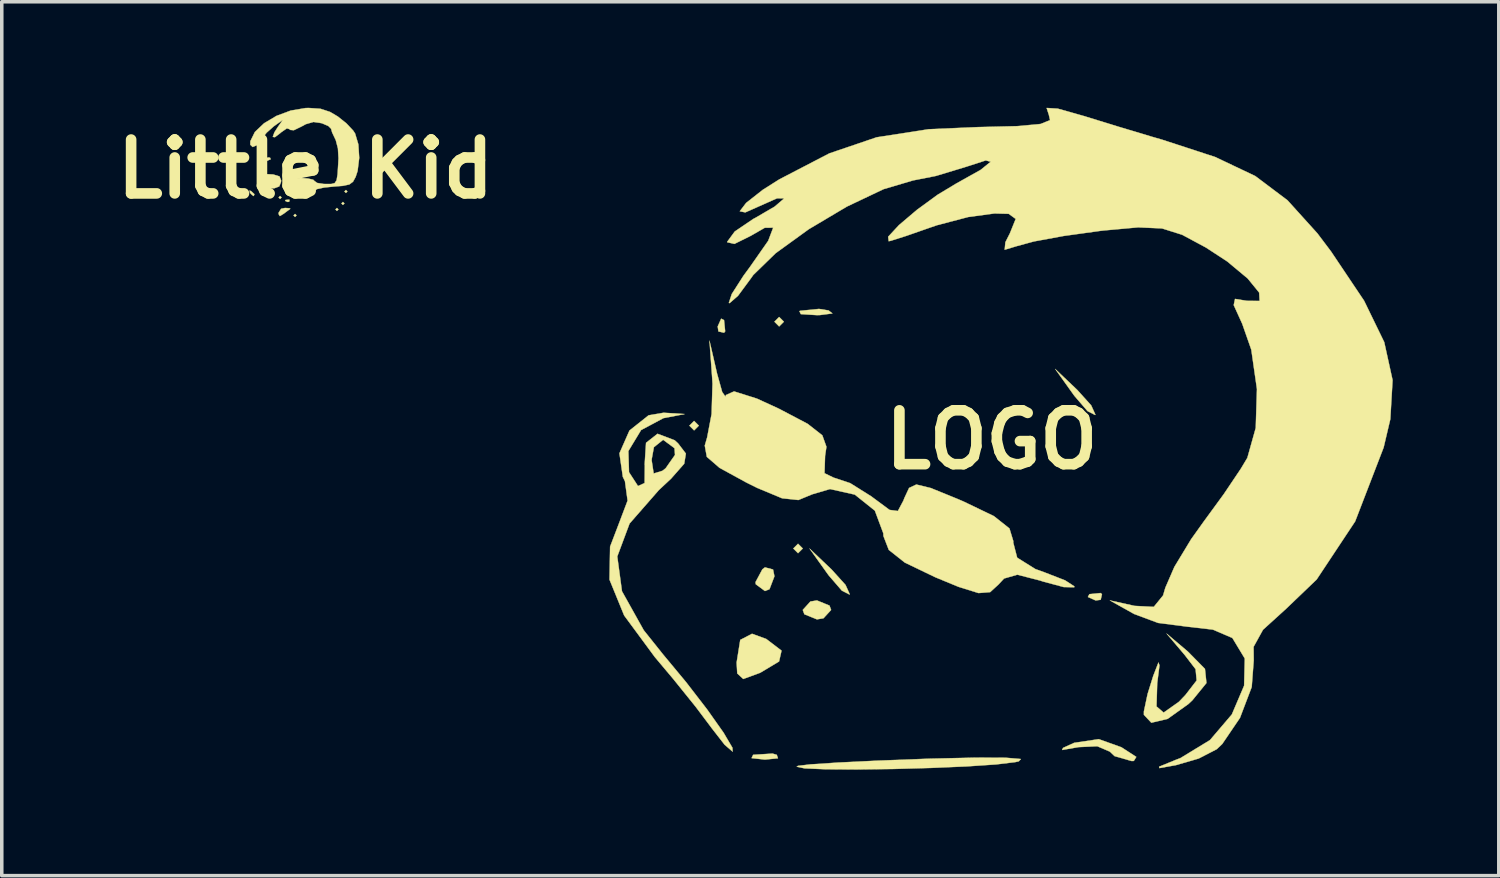
<source format=kicad_pcb>
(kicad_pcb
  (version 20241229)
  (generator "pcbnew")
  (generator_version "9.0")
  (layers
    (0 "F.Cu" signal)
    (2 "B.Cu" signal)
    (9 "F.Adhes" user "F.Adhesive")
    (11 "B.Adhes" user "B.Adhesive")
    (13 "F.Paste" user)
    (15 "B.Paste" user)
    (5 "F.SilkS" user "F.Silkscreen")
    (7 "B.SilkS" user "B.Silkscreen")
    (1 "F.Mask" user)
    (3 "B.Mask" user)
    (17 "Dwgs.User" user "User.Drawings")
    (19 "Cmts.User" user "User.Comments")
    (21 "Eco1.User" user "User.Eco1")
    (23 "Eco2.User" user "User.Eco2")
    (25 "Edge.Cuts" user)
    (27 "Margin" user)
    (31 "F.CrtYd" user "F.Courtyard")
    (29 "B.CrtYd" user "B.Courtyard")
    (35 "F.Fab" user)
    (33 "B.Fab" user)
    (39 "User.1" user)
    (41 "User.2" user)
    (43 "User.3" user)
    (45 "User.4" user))
  (footprint "Little Kid"
    (layer "F.Cu")
    (at 5.595 1.733)
    (property "Reference" "Little Kid" (at 0 0 0) (layer "F.SilkS") (effects (font (size 1.524 1.524) (thickness 0.3))))
    (attr through_hole)
    (fp_poly (pts (xy -0.677 0.804) (xy -0.72 0.847) (xy -0.762 0.804) (xy -0.72 0.762) (xy -0.677 0.804)) (stroke (width 0.01) (type solid)) (fill yes) (layer "F.SilkS"))
    (fp_poly (pts (xy -0.254 1.312) (xy -0.296 1.355) (xy -0.339 1.312) (xy -0.296 1.27) (xy -0.254 1.312)) (stroke (width 0.01) (type solid)) (fill yes) (layer "F.SilkS"))
    (fp_poly (pts (xy 0.931 1.143) (xy 0.889 1.185) (xy 0.847 1.143) (xy 0.889 1.101) (xy 0.931 1.143)) (stroke (width 0.01) (type solid)) (fill yes) (layer "F.SilkS"))
    (fp_poly (pts (xy 1.101 0.974) (xy 1.058 1.016) (xy 1.016 0.974) (xy 1.058 0.931) (xy 1.101 0.974)) (stroke (width 0.01) (type solid)) (fill yes) (layer "F.SilkS"))
    (fp_poly (pts (xy 1.185 0.635) (xy 1.143 0.677) (xy 1.101 0.635) (xy 1.143 0.593) (xy 1.185 0.635)) (stroke (width 0.01) (type solid)) (fill yes) (layer "F.SilkS"))
    (fp_poly (pts (xy -0.452 0.875) (xy -0.463 0.925) (xy -0.508 0.931) (xy -0.578 0.9) (xy -0.564 0.875) (xy -0.464 0.865) (xy -0.452 0.875)) (stroke (width 0.01) (type solid)) (fill yes) (layer "F.SilkS"))
    (fp_poly (pts (xy -1.537 0.627) (xy -1.446 0.712) (xy -1.465 0.761) (xy -1.477 0.762) (xy -1.548 0.702) (xy -1.574 0.664) (xy -1.584 0.606) (xy -1.537 0.627)) (stroke (width 0.01) (type solid)) (fill yes) (layer "F.SilkS"))
    (fp_poly (pts (xy -1.004 -0.321) (xy -0.985 -0.277) (xy -1.094 -0.231) (xy -1.225 -0.212) (xy -1.209 -0.264) (xy -1.205 -0.268) (xy -1.059 -0.328) (xy -1.004 -0.321)) (stroke (width 0.01) (type solid)) (fill yes) (layer "F.SilkS"))
    (fp_poly (pts (xy -0.449 1.11) (xy -0.43 1.125) (xy -0.519 1.19) (xy -0.614 1.262) (xy -0.727 1.331) (xy -0.761 1.275) (xy -0.762 1.238) (xy -0.691 1.124) (xy -0.579 1.101) (xy -0.449 1.11)) (stroke (width 0.01) (type solid)) (fill yes) (layer "F.SilkS"))
    (fp_poly (pts (xy 0.178 -0.193) (xy 0.254 -0.127) (xy 0.325 -0.033) (xy 0.3 -0.022) (xy 0.156 -0.094) (xy 0.085 -0.134) (xy -0.038 -0.22) (xy -0.002 -0.252) (xy 0.011 -0.253) (xy 0.178 -0.193)) (stroke (width 0.01) (type solid)) (fill yes) (layer "F.SilkS"))
    (fp_poly (pts (xy -0.919 0.153) (xy -0.913 0.154) (xy -0.737 0.208) (xy -0.69 0.321) (xy -0.694 0.37) (xy -0.744 0.492) (xy -0.878 0.543) (xy -1.037 0.55) (xy -1.248 0.535) (xy -1.339 0.472) (xy -1.355 0.367) (xy -1.316 0.206) (xy -1.181 0.14) (xy -0.919 0.153)) (stroke (width 0.01) (type solid)) (fill yes) (layer "F.SilkS"))
    (fp_poly (pts (xy 0.424 -1.705) (xy 0.694 -1.616) (xy 0.916 -1.485) (xy 1.155 -1.294) (xy 1.347 -1.09) (xy 1.403 -1.005) (xy 1.495 -0.696) (xy 1.519 -0.315) (xy 1.473 0.056) (xy 1.418 0.223) (xy 1.343 0.36) (xy 1.238 0.437) (xy 1.054 0.476) (xy 0.804 0.495) (xy 0.531 0.523) (xy 0.335 0.564) (xy 0.268 0.601) (xy 0.174 0.65) (xy -0.025 0.676) (xy -0.082 0.677) (xy -0.312 0.655) (xy -0.423 0.572) (xy -0.447 0.513) (xy -0.461 0.357) (xy -0.442 0.301) (xy -0.327 0.263) (xy -0.134 0.253) (xy 0.071 0.268) (xy 0.22 0.304) (xy 0.254 0.339) (xy 0.329 0.393) (xy 0.514 0.422) (xy 0.572 0.423) (xy 0.728 0.423) (xy 0.825 0.398) (xy 0.879 0.317) (xy 0.907 0.146) (xy 0.925 -0.147) (xy 0.933 -0.305) (xy 0.917 -0.582) (xy 0.855 -0.821) (xy 0.838 -0.855) (xy 0.753 -1.034) (xy 0.723 -1.14) (xy 0.648 -1.216) (xy 0.47 -1.293) (xy 0.449 -1.299) (xy 0.222 -1.332) (xy 0.006 -1.269) (xy -0.117 -1.202) (xy -0.332 -1.098) (xy -0.438 -1.108) (xy -0.449 -1.128) (xy -0.528 -1.151) (xy -0.689 -1.04) (xy -0.708 -1.022) (xy -0.867 -0.901) (xy -0.926 -0.91) (xy -0.881 -1.037) (xy -0.787 -1.185) (xy -0.642 -1.391) (xy -0.896 -1.211) (xy -1.101 -1.029) (xy -1.253 -0.835) (xy -1.259 -0.826) (xy -1.38 -0.672) (xy -1.496 -0.624) (xy -1.563 -0.688) (xy -1.561 -0.788) (xy -1.433 -1.048) (xy -1.174 -1.294) (xy -0.824 -1.503) (xy -0.419 -1.654) (xy -0.000481 -1.725) (xy 0.085 -1.728) (xy 0.424 -1.705)) (stroke (width 0.01) (type solid)) (fill yes) (layer "F.SilkS")))
  (footprint "LOGO"
    (layer "F.Cu")
    (at 25.012 9.395)
    (property "Reference" "LOGO" (at 0 0 0) (layer "F.SilkS") (effects (font (size 1.524 1.524) (thickness 0.3))))
    (attr through_hole)
    (fp_poly (pts (xy -8.288 -0.401) (xy -8.422 -0.267) (xy -8.556 -0.401) (xy -8.422 -0.535) (xy -8.288 -0.401)) (stroke (width 0.01) (type solid)) (fill yes) (layer "F.SilkS"))
    (fp_poly (pts (xy -5.882 -3.342) (xy -6.016 -3.208) (xy -6.149 -3.342) (xy -6.016 -3.476) (xy -5.882 -3.342)) (stroke (width 0.01) (type solid)) (fill yes) (layer "F.SilkS"))
    (fp_poly (pts (xy -5.347 3.075) (xy -5.481 3.208) (xy -5.615 3.075) (xy -5.481 2.941) (xy -5.347 3.075)) (stroke (width 0.01) (type solid)) (fill yes) (layer "F.SilkS"))
    (fp_poly (pts (xy -7.575 -3.387) (xy -7.543 -3.069) (xy -7.575 -3.03) (xy -7.734 -3.067) (xy -7.754 -3.208) (xy -7.656 -3.428) (xy -7.575 -3.387)) (stroke (width 0.01) (type solid)) (fill yes) (layer "F.SilkS"))
    (fp_poly (pts (xy -6.083 8.913) (xy -6.049 9.011) (xy -6.417 9.048) (xy -6.796 9.006) (xy -6.751 8.913) (xy -6.204 8.878) (xy -6.083 8.913)) (stroke (width 0.01) (type solid)) (fill yes) (layer "F.SilkS"))
    (fp_poly (pts (xy 3.119 4.367) (xy 3.083 4.526) (xy 2.941 4.545) (xy 2.721 4.447) (xy 2.763 4.367) (xy 3.08 4.335) (xy 3.119 4.367)) (stroke (width 0.01) (type solid)) (fill yes) (layer "F.SilkS"))
    (fp_poly (pts (xy -6.188 3.67) (xy -6.149 3.861) (xy -6.289 4.227) (xy -6.417 4.278) (xy -6.677 4.086) (xy -6.684 4.026) (xy -6.49 3.664) (xy -6.417 3.609) (xy -6.188 3.67)) (stroke (width 0.01) (type solid)) (fill yes) (layer "F.SilkS"))
    (fp_poly (pts (xy -4.617 -3.661) (xy -4.508 -3.576) (xy -4.863 -3.53) (xy -4.946 -3.528) (xy -5.403 -3.557) (xy -5.443 -3.641) (xy -5.419 -3.651) (xy -4.889 -3.704) (xy -4.617 -3.661)) (stroke (width 0.01) (type solid)) (fill yes) (layer "F.SilkS"))
    (fp_poly (pts (xy -4.591 4.69) (xy -4.545 4.813) (xy -4.762 5.05) (xy -4.946 5.08) (xy -5.302 4.936) (xy -5.347 4.813) (xy -5.131 4.575) (xy -4.946 4.545) (xy -4.591 4.69)) (stroke (width 0.01) (type solid)) (fill yes) (layer "F.SilkS"))
    (fp_poly (pts (xy -4.532 3.669) (xy -4.137 4.106) (xy -4.019 4.368) (xy -4.025 4.378) (xy -4.241 4.267) (xy -4.609 3.841) (xy -4.651 3.784) (xy -5.157 3.075) (xy -4.532 3.669)) (stroke (width 0.01) (type solid)) (fill yes) (layer "F.SilkS"))
    (fp_poly (pts (xy 2.42 -1.411) (xy 2.814 -0.974) (xy 2.933 -0.712) (xy 2.926 -0.702) (xy 2.71 -0.813) (xy 2.343 -1.239) (xy 2.301 -1.296) (xy 1.795 -2.005) (xy 2.42 -1.411)) (stroke (width 0.01) (type solid)) (fill yes) (layer "F.SilkS"))
    (fp_poly (pts (xy -6.382 5.634) (xy -5.948 5.965) (xy -6.018 6.272) (xy -6.553 6.592) (xy -7.031 6.767) (xy -7.201 6.61) (xy -7.219 6.303) (xy -7.116 5.661) (xy -6.783 5.488) (xy -6.382 5.634)) (stroke (width 0.01) (type solid)) (fill yes) (layer "F.SilkS"))
    (fp_poly (pts (xy 3.668 8.699) (xy 4.09 8.972) (xy 4.02 9.086) (xy 3.959 9.089) (xy 3.476 8.95) (xy 3.341 8.822) (xy 2.986 8.67) (xy 2.457 8.695) (xy 1.99 8.776) (xy 2.018 8.717) (xy 2.331 8.574) (xy 3.028 8.47) (xy 3.668 8.699)) (stroke (width 0.01) (type solid)) (fill yes) (layer "F.SilkS"))
    (fp_poly (pts (xy 0.4 8.996) (xy 0.825 9.032) (xy 0.765 9.097) (xy 0.668 9.119) (xy 0.123 9.185) (xy -0.71 9.241) (xy -1.72 9.284) (xy -2.795 9.314) (xy -3.823 9.327) (xy -4.695 9.322) (xy -5.297 9.296) (xy -5.52 9.249) (xy -5.481 9.225) (xy -5.126 9.183) (xy -4.346 9.132) (xy -3.25 9.079) (xy -1.95 9.029) (xy -1.738 9.022) (xy -0.467 8.993) (xy 0.4 8.996)) (stroke (width 0.01) (type solid)) (fill yes) (layer "F.SilkS"))
    (fp_poly (pts (xy 5.548 5.99) (xy 6.033 6.482) (xy 6.075 6.881) (xy 5.676 7.371) (xy 5.564 7.476) (xy 4.976 7.896) (xy 4.516 8.005) (xy 4.305 7.78) (xy 4.305 7.687) (xy 4.41 7.191) (xy 4.568 6.684) (xy 4.717 6.3) (xy 4.746 6.382) (xy 4.682 6.885) (xy 4.662 7.544) (xy 4.864 7.718) (xy 5.298 7.411) (xy 5.481 7.219) (xy 5.798 6.809) (xy 5.768 6.489) (xy 5.456 6.083) (xy 4.946 5.481) (xy 5.548 5.99)) (stroke (width 0.01) (type solid)) (fill yes) (layer "F.SilkS"))
    (fp_poly (pts (xy -8.689 -0.729) (xy -9.292 -0.613) (xy -9.922 -0.277) (xy -10.282 0.318) (xy -10.264 0.916) (xy -10.01 1.308) (xy -9.822 1.223) (xy -9.817 0.721) (xy -9.821 0.7) (xy -9.813 0.567) (xy -9.625 0.567) (xy -9.566 0.953) (xy -9.317 0.876) (xy -9.227 0.805) (xy -8.963 0.428) (xy -8.976 0.237) (xy -9.298 -0.001) (xy -9.56 0.209) (xy -9.625 0.567) (xy -9.813 0.567) (xy -9.782 0.085) (xy -9.457 -0.171) (xy -8.972 0.012) (xy -8.876 0.1) (xy -8.655 0.389) (xy -8.702 0.676) (xy -9.073 1.098) (xy -9.42 1.422) (xy -10.248 2.369) (xy -10.596 3.301) (xy -10.463 4.285) (xy -9.847 5.388) (xy -9.303 6.069) (xy -8.648 6.858) (xy -8.051 7.632) (xy -7.589 8.286) (xy -7.337 8.714) (xy -7.332 8.823) (xy -7.558 8.628) (xy -7.926 8.155) (xy -7.942 8.133) (xy -8.378 7.553) (xy -9.011 6.768) (xy -9.533 6.147) (xy -10.401 4.97) (xy -10.816 3.955) (xy -10.799 3.022) (xy -10.57 2.423) (xy -10.304 1.72) (xy -10.379 1.17) (xy -10.438 1.049) (xy -10.535 0.382) (xy -10.251 -0.263) (xy -9.71 -0.693) (xy -9.285 -0.766) (xy -8.689 -0.729)) (stroke (width 0.01) (type solid)) (fill yes) (layer "F.SilkS"))
    (fp_poly (pts (xy -7.772 -1.872) (xy -7.627 -1.352) (xy -7.533 -1.22) (xy -7.522 -1.267) (xy -7.291 -1.37) (xy -6.645 -1.166) (xy -6.024 -0.881) (xy -5.21 -0.453) (xy -4.794 -0.127) (xy -4.678 0.197) (xy -4.716 0.453) (xy -4.732 0.945) (xy -4.477 1.069) (xy -4.005 1.226) (xy -3.404 1.603) (xy -3.377 1.624) (xy -2.892 1.983) (xy -2.656 2.014) (xy -2.5 1.721) (xy -2.472 1.647) (xy -2.339 1.362) (xy -2.134 1.265) (xy -1.726 1.364) (xy -0.982 1.667) (xy -0.802 1.744) (xy 0.061 2.159) (xy 0.501 2.508) (xy 0.611 2.869) (xy 0.608 2.906) (xy 0.719 3.335) (xy 1.234 3.657) (xy 1.495 3.751) (xy 2.076 3.977) (xy 2.337 4.146) (xy 2.334 4.172) (xy 2.036 4.166) (xy 1.45 4.009) (xy 1.366 3.981) (xy 0.725 3.816) (xy 0.349 3.924) (xy 0.186 4.098) (xy -0.046 4.31) (xy -0.375 4.336) (xy -0.942 4.159) (xy -1.598 3.888) (xy -2.459 3.474) (xy -2.913 3.115) (xy -3.065 2.721) (xy -3.068 2.645) (xy -3.307 2.004) (xy -3.875 1.55) (xy -4.576 1.393) (xy -5.079 1.541) (xy -5.471 1.703) (xy -5.932 1.654) (xy -6.629 1.364) (xy -6.947 1.206) (xy -7.702 0.793) (xy -8.062 0.482) (xy -8.12 0.163) (xy -8.053 -0.068) (xy -7.927 -0.73) (xy -7.901 -1.586) (xy -7.91 -1.738) (xy -7.987 -2.807) (xy -7.772 -1.872)) (stroke (width 0.01) (type solid)) (fill yes) (layer "F.SilkS"))
    (fp_poly (pts (xy 1.867 -9.371) (xy 2.599 -9.164) (xy 3.583 -8.861) (xy 4.532 -8.576) (xy 4.813 -8.495) (xy 6.323 -8.002) (xy 7.456 -7.464) (xy 8.368 -6.778) (xy 9.215 -5.841) (xy 9.598 -5.333) (xy 10.536 -3.935) (xy 11.106 -2.763) (xy 11.342 -1.689) (xy 11.278 -0.586) (xy 11.089 0.216) (xy 10.283 2.308) (xy 9.194 3.951) (xy 8.328 4.781) (xy 7.675 5.374) (xy 7.409 5.857) (xy 7.413 6.243) (xy 7.356 6.994) (xy 7.024 7.867) (xy 6.523 8.605) (xy 6.366 8.754) (xy 5.854 9.018) (xy 5.212 9.205) (xy 4.743 9.289) (xy 4.736 9.249) (xy 5.209 9.055) (xy 5.34 9.005) (xy 6.175 8.496) (xy 6.794 7.77) (xy 7.141 6.956) (xy 7.16 6.188) (xy 6.809 5.607) (xy 6.256 5.37) (xy 5.558 5.29) (xy 4.707 5.181) (xy 4.03 4.929) (xy 3.342 4.544) (xy 4.043 4.699) (xy 4.585 4.727) (xy 4.848 4.403) (xy 4.912 4.185) (xy 5.168 3.595) (xy 5.642 2.812) (xy 5.988 2.327) (xy 6.566 1.536) (xy 7.049 0.817) (xy 7.233 0.509) (xy 7.47 -0.337) (xy 7.504 -1.436) (xy 7.344 -2.551) (xy 7.087 -3.285) (xy 6.847 -3.812) (xy 6.884 -3.987) (xy 7.22 -3.933) (xy 7.58 -3.93) (xy 7.567 -4.166) (xy 7.242 -4.565) (xy 6.662 -5.048) (xy 6.062 -5.44) (xy 5.388 -5.802) (xy 4.817 -5.982) (xy 4.143 -6.012) (xy 3.164 -5.923) (xy 3.048 -5.909) (xy 2.039 -5.769) (xy 1.192 -5.613) (xy 0.704 -5.48) (xy 0.366 -5.378) (xy 0.386 -5.591) (xy 0.513 -5.842) (xy 0.678 -6.251) (xy 0.479 -6.395) (xy 0.076 -6.405) (xy -0.664 -6.305) (xy -1.552 -6.072) (xy -1.738 -6.008) (xy -2.42 -5.77) (xy -2.855 -5.632) (xy -2.916 -5.619) (xy -2.931 -5.746) (xy -2.625 -6.076) (xy -2.116 -6.508) (xy -1.524 -6.94) (xy -1.003 -7.253) (xy -0.315 -7.638) (xy -0.03 -7.868) (xy -0.169 -7.906) (xy -0.735 -7.723) (xy -1.58 -7.467) (xy -2.23 -7.339) (xy -3.063 -7.092) (xy -4.101 -6.599) (xy -5.175 -5.961) (xy -6.113 -5.282) (xy -6.747 -4.665) (xy -6.81 -4.576) (xy -7.179 -4.076) (xy -7.417 -3.868) (xy -7.439 -3.874) (xy -7.356 -4.126) (xy -7.026 -4.641) (xy -6.845 -4.887) (xy -6.325 -5.631) (xy -6.184 -6.003) (xy -6.423 -6) (xy -6.818 -5.773) (xy -7.281 -5.544) (xy -7.486 -5.591) (xy -7.486 -5.602) (xy -7.272 -5.894) (xy -6.749 -6.249) (xy -6.684 -6.283) (xy -6.143 -6.599) (xy -5.885 -6.82) (xy -5.882 -6.834) (xy -6.079 -6.832) (xy -6.44 -6.672) (xy -6.973 -6.435) (xy -7.13 -6.467) (xy -6.951 -6.702) (xy -6.477 -7.075) (xy -6.012 -7.369) (xy -4.595 -8.105) (xy -3.257 -8.56) (xy -1.782 -8.789) (xy -0.383 -8.849) (xy 0.728 -8.876) (xy 1.381 -8.937) (xy 1.65 -9.045) (xy 1.611 -9.216) (xy 1.608 -9.219) (xy 1.553 -9.39) (xy 1.867 -9.371)) (stroke (width 0.01) (type solid)) (fill yes) (layer "F.SilkS")))
  (gr_rect
    (start -3 -3)
    (end 39.359 21.727)
    (stroke (width 0.1) (type default))
    (fill no)
    (layer "Edge.Cuts")))
</source>
